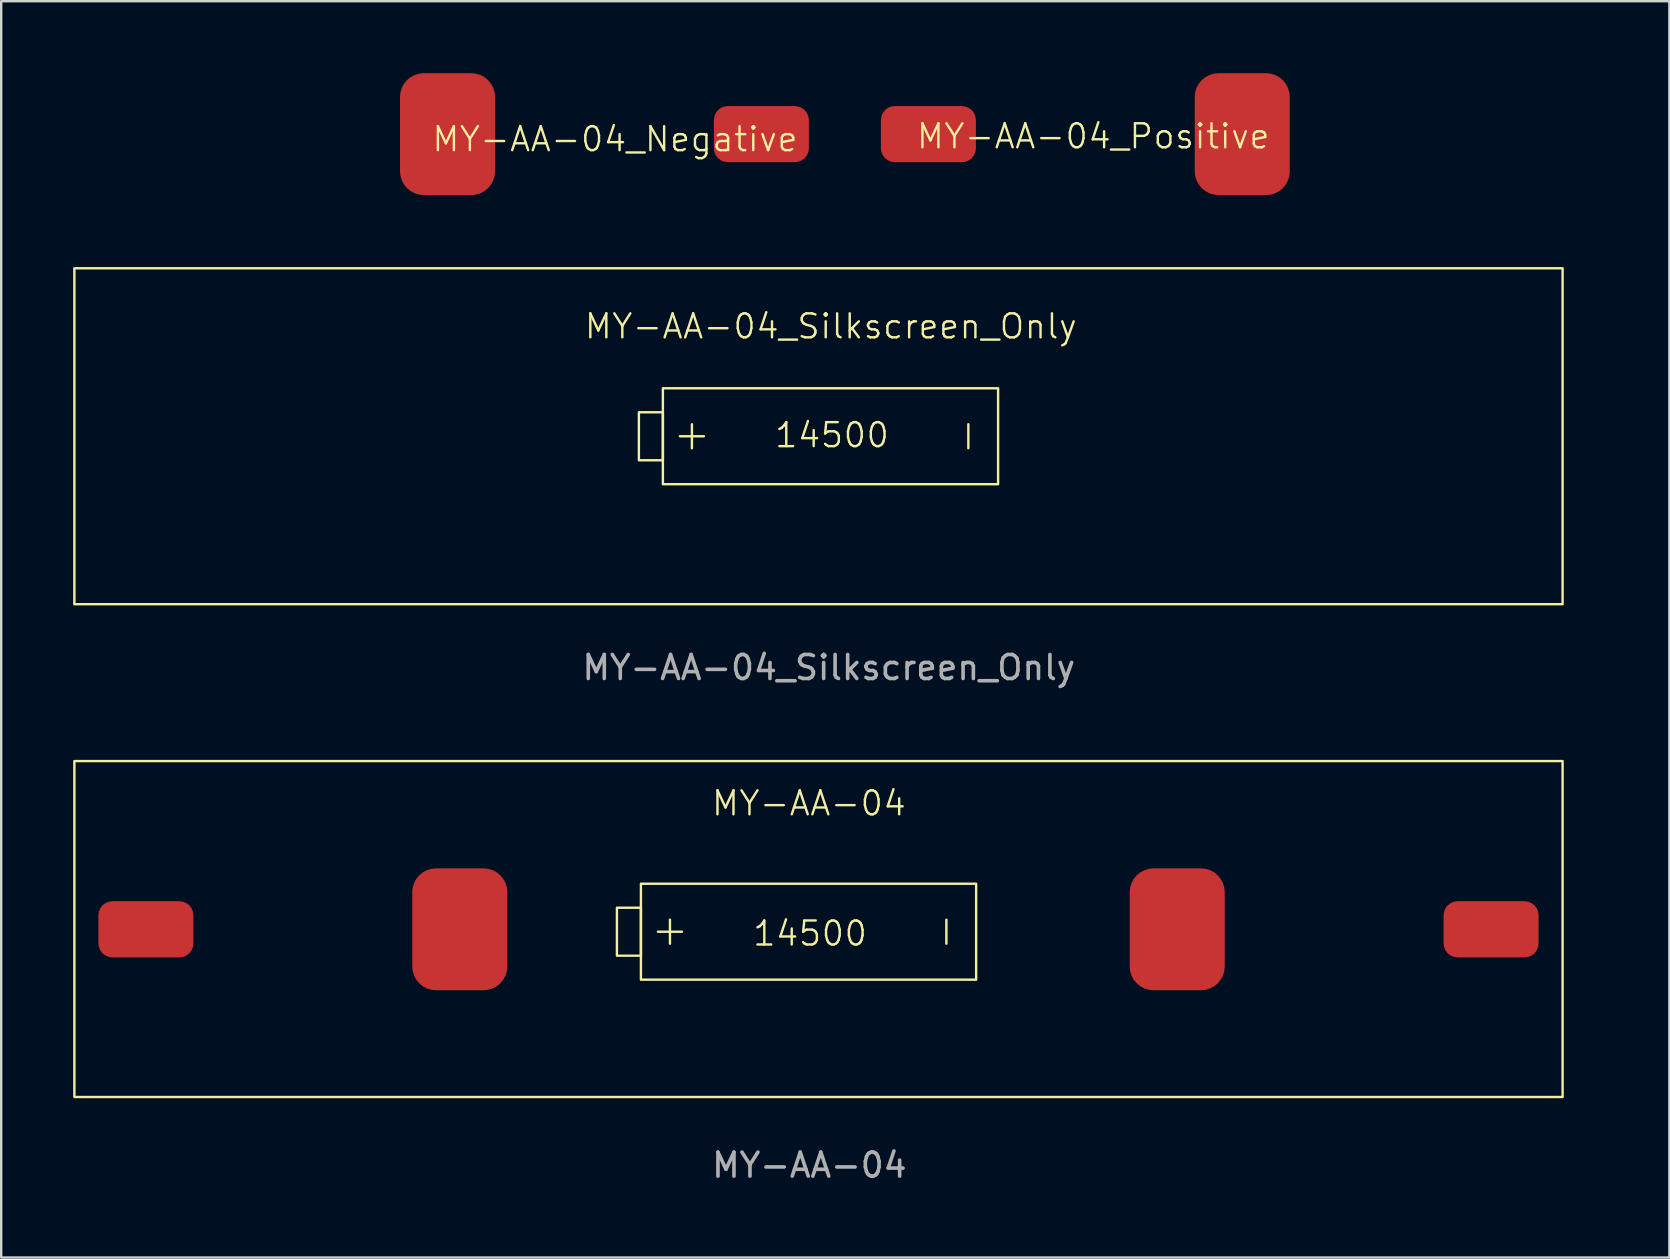
<source format=kicad_pcb>
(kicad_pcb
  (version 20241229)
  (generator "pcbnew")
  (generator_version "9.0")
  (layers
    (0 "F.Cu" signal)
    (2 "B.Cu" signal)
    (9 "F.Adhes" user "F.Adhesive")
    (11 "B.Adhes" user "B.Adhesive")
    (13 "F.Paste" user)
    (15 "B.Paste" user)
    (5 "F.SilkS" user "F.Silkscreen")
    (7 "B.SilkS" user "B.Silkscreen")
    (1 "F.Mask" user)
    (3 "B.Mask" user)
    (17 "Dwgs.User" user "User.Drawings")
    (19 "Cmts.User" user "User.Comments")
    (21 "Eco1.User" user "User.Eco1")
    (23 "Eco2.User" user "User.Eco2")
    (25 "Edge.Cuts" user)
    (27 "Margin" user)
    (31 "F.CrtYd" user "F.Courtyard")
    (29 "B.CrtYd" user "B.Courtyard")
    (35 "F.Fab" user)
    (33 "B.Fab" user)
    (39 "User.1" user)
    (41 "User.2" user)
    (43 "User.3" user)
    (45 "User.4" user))
  (footprint "MY-AA-04_Silkscreen_Only"
    (layer "F.Cu")
    (at 31.47 15.04)
    (property "Reference" "MY-AA-04_Silkscreen_Only" (at 0.105 -4.49 0) (unlocked yes) (layer "F.SilkS") (effects (font (size 1 1) (thickness 0.1))))
    (attr smd)
    (fp_line (start -6.185 0.09) (end -5.185 0.09) (stroke (width 0.1) (type default)) (layer "F.SilkS"))
    (fp_line (start -5.685 -0.41) (end -5.685 0.59) (stroke (width 0.1) (type default)) (layer "F.SilkS"))
    (fp_line (start 5.835 -0.41) (end 5.835 0.59) (stroke (width 0.1) (type default)) (layer "F.SilkS"))
    (fp_rect (start -31.42 -6.91) (end 30.6 7.09) (stroke (width 0.1) (type default)) (fill no) (layer "F.SilkS"))
    (fp_rect (start -7.895 -0.91) (end -6.895 1.09) (stroke (width 0.1) (type default)) (fill no) (layer "F.SilkS"))
    (fp_rect (start -6.895 -1.91) (end 7.075 2.09) (stroke (width 0.1) (type default)) (fill no) (layer "F.SilkS"))
    (fp_text user "14500" (at -2.295 0.629 0) (unlocked yes) (layer "F.SilkS") (effects (font (size 1 1) (thickness 0.1)) (justify left bottom)))
    (fp_text user "${REFERENCE}" (at 0.02 9.73 0) (unlocked yes) (layer "F.Fab") (effects (font (size 1 1) (thickness 0.15)))))
  (footprint "MY-AA-04"
    (layer "F.Cu")
    (at 30.66 35.778)
    (property "Reference" "MY-AA-04" (at 0 -5.35 0) (unlocked yes) (layer "F.SilkS") (effects (font (size 1 1) (thickness 0.1))))
    (attr smd)
    (fp_line (start -6.29 0) (end -5.29 0) (stroke (width 0.1) (type default)) (layer "F.SilkS"))
    (fp_line (start -5.79 -0.5) (end -5.79 0.5) (stroke (width 0.1) (type default)) (layer "F.SilkS"))
    (fp_line (start 5.73 -0.5) (end 5.73 0.5) (stroke (width 0.1) (type default)) (layer "F.SilkS"))
    (fp_rect (start -30.61 -7.11) (end 31.41 6.89) (stroke (width 0.1) (type default)) (fill no) (layer "F.SilkS"))
    (fp_rect (start -8 -1) (end -7 1) (stroke (width 0.1) (type default)) (fill no) (layer "F.SilkS"))
    (fp_rect (start -7 -2) (end 6.97 2) (stroke (width 0.1) (type default)) (fill no) (layer "F.SilkS"))
    (fp_text user "14500" (at -2.4 0.66 0) (unlocked yes) (layer "F.SilkS") (effects (font (size 1 1) (thickness 0.1)) (justify left bottom)))
    (fp_text user "${REFERENCE}" (at 0.02 9.73 0) (unlocked yes) (layer "F.Fab") (effects (font (size 1 1) (thickness 0.15))))
    (pad "1" smd roundrect (at -27.63 -0.1 180) (size 3.96 2.34) (layers "F.Cu" "F.Mask" "F.Paste") (roundrect_rratio 0.25))
    (pad "1" smd roundrect (at -14.55 -0.1 180) (size 3.96 5.08) (layers "F.Cu" "F.Mask" "F.Paste") (roundrect_rratio 0.25))
    (pad "2" smd roundrect (at 15.35 -0.1) (size 3.96 5.08) (layers "F.Cu" "F.Mask" "F.Paste") (roundrect_rratio 0.25))
    (pad "2" smd roundrect (at 28.43 -0.1) (size 3.96 2.34) (layers "F.Cu" "F.Mask" "F.Paste") (roundrect_rratio 0.25)))
  (footprint "MY-AA-04_Positive"
    (layer "F.Cu")
    (at 63.27 2.64)
    (property "Reference" "MY-AA-04_Positive" (at -20.76 -0.01 0) (unlocked yes) (layer "F.SilkS") (effects (font (size 1 1) (thickness 0.1))))
    (attr smd)
    (pad "1" smd roundrect (at -27.63 -0.1 180) (size 3.96 2.34) (layers "F.Cu" "F.Mask" "F.Paste") (roundrect_rratio 0.25))
    (pad "1" smd roundrect (at -14.55 -0.1 180) (size 3.96 5.08) (layers "F.Cu" "F.Mask" "F.Paste") (roundrect_rratio 0.25)))
  (footprint "MY-AA-04_Negative"
    (layer "F.Cu")
    (at 0.25 2.64)
    (property "Reference" "MY-AA-04_Negative" (at 22.33 0.11 0) (unlocked yes) (layer "F.SilkS") (effects (font (size 1 1) (thickness 0.1))))
    (attr smd)
    (pad "2" smd roundrect (at 15.35 -0.1) (size 3.96 5.08) (layers "F.Cu" "F.Mask" "F.Paste") (roundrect_rratio 0.25))
    (pad "2" smd roundrect (at 28.43 -0.1) (size 3.96 2.34) (layers "F.Cu" "F.Mask" "F.Paste") (roundrect_rratio 0.25)))
  (gr_rect
    (start -3 -3)
    (end 66.52 49.356)
    (stroke (width 0.1) (type default))
    (fill no)
    (layer "Edge.Cuts")))
</source>
